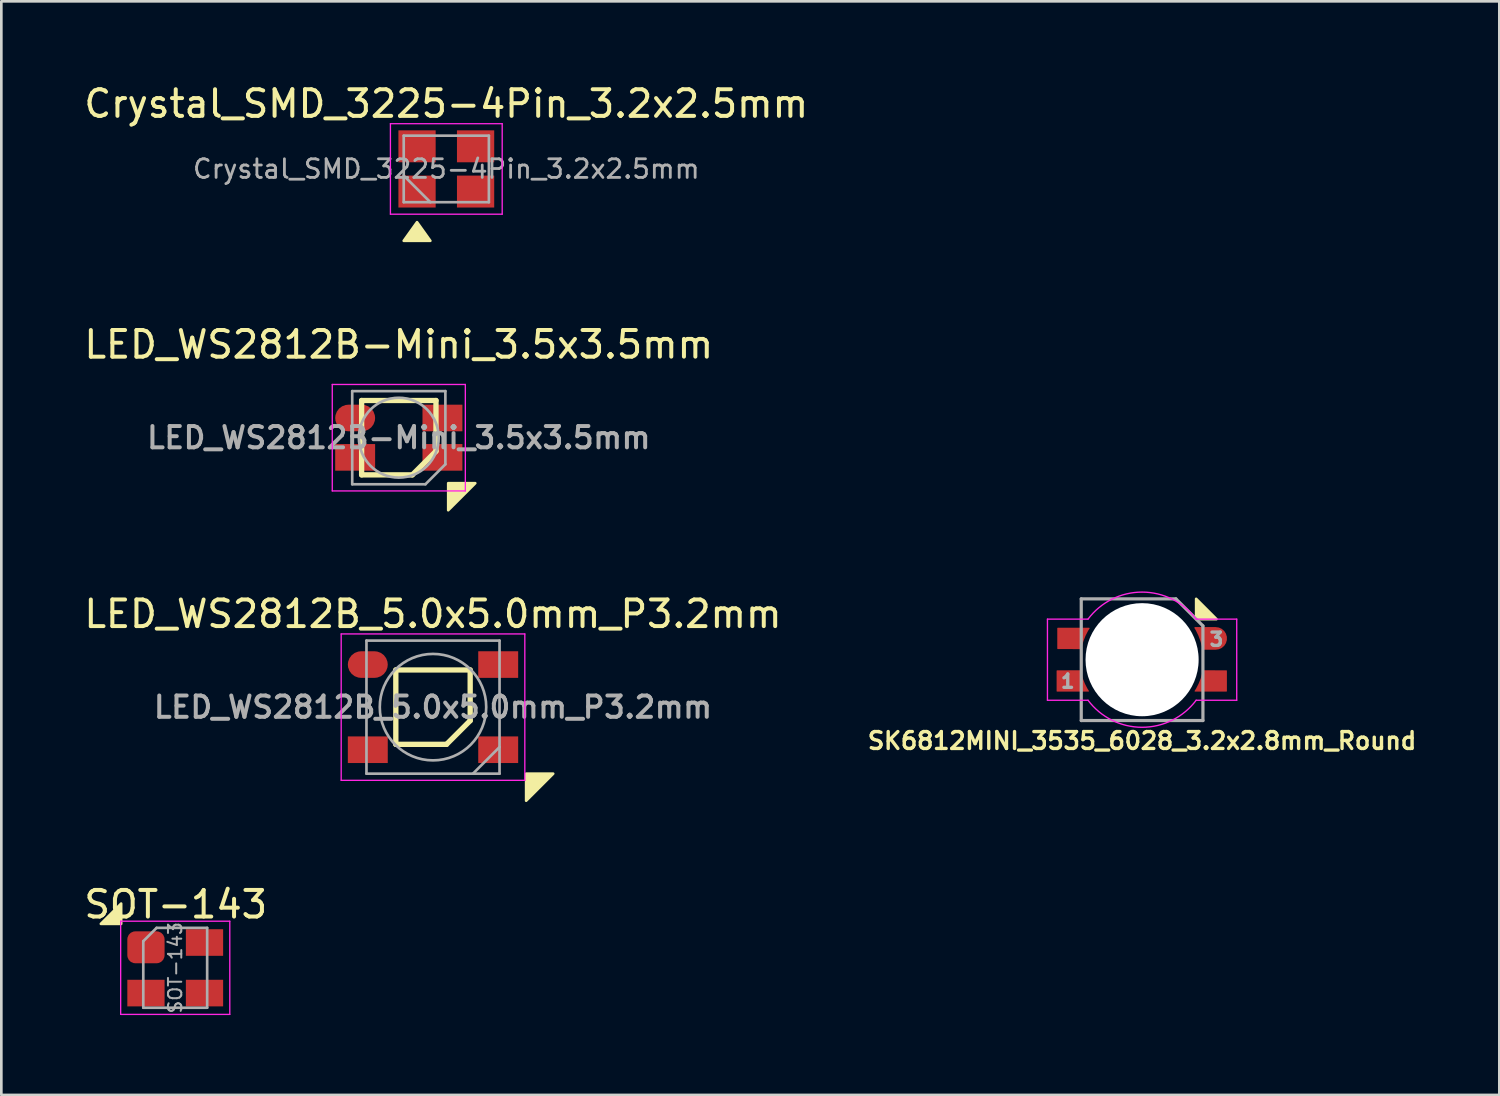
<source format=kicad_pcb>
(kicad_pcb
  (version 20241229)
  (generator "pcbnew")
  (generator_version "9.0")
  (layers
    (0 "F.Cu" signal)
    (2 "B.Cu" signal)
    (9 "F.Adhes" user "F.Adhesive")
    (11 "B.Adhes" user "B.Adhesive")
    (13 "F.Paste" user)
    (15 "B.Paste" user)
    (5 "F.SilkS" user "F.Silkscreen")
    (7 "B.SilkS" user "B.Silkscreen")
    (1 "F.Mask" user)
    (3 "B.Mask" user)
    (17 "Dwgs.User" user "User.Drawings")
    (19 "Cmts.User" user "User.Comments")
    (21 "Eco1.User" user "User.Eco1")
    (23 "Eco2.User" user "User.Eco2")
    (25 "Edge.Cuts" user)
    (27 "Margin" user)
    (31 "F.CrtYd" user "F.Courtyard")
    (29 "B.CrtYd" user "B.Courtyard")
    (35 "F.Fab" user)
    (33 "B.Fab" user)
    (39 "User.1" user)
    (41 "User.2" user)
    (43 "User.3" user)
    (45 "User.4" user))
  (footprint "SK6812MINI_3535_6028_3.2x2.8mm_Round"
    (layer "F.Cu")
    (at 39.864 21.738)
    (property "Reference" "SK6812MINI_3535_6028_3.2x2.8mm_Round" (at 0 3.048 180) (layer "F.SilkS") (effects (font (size 0.635 0.635) (thickness 0.127))))
    (attr smd)
    (fp_poly (pts (xy 2.794 -1.524) (xy 2.032 -1.524) (xy 2.032 -2.286)) (stroke (width 0.1) (type solid)) (fill yes) (layer "F.SilkS"))
    (fp_line (start -3.556 -1.524) (end -3.556 1.524) (stroke (width 0.051) (type solid)) (layer "F.CrtYd"))
    (fp_line (start -3.556 1.524) (end -2.032 1.524) (stroke (width 0.051) (type solid)) (layer "F.CrtYd"))
    (fp_line (start -2.032 -1.524) (end -3.556 -1.524) (stroke (width 0.051) (type solid)) (layer "F.CrtYd"))
    (fp_line (start 2.032 1.524) (end 3.556 1.524) (stroke (width 0.051) (type solid)) (layer "F.CrtYd"))
    (fp_line (start 3.556 -1.524) (end 2.032 -1.524) (stroke (width 0.051) (type solid)) (layer "F.CrtYd"))
    (fp_line (start 3.556 1.524) (end 3.556 -1.524) (stroke (width 0.051) (type solid)) (layer "F.CrtYd"))
    (fp_arc (start -2.033058 -1.522587) (mid -0.000883 -2.539999) (end 2.031999 -1.524) (stroke (width 0.0508) (type solid)) (layer "F.CrtYd"))
    (fp_arc (start 2.033058 1.522588) (mid 0.000882 2.54) (end -2.032 1.524) (stroke (width 0.0508) (type solid)) (layer "F.CrtYd"))
    (fp_line (start -2.286 -2.286) (end 1.27 -2.286) (stroke (width 0.12) (type solid)) (layer "F.Fab"))
    (fp_line (start -2.286 2.286) (end -2.286 -2.286) (stroke (width 0.12) (type solid)) (layer "F.Fab"))
    (fp_line (start 1.27 -2.286) (end 2.286 -1.27) (stroke (width 0.12) (type solid)) (layer "F.Fab"))
    (fp_line (start 2.286 -1.27) (end 2.286 2.286) (stroke (width 0.12) (type solid)) (layer "F.Fab"))
    (fp_line (start 2.286 2.286) (end -2.286 2.286) (stroke (width 0.12) (type solid)) (layer "F.Fab"))
    (fp_text user "3" (at 2.794 -0.762 180) (layer "F.Fab") (effects (font (size 0.5 0.5) (thickness 0.125))))
    (fp_text user "1" (at -2.794 0.813 180) (layer "F.Fab") (effects (font (size 0.5 0.5) (thickness 0.125))))
    (pad "" np_thru_hole circle (at 0 0 180) (size 4.25 4.25) (drill 4.25) (layers "*.Cu" "*.Mask"))
    (pad "1" smd custom (at -2.667 0.8 180) (size 0.5 0.5) (layers "F.Cu" "F.Mask" "F.Paste") (options (anchor circle)) (primitives (gr_arc (start -0.65 -0.38) (mid -0.461984 -0.014048) (end -0.346215 0.380753) (width 0.04)) (gr_line (start 0.525 0.38) (end -0.346 0.383) (width 0.04)) (gr_line (start 0.525 0.38) (end 0.525 -0.38) (width 0.04)) (gr_poly (pts (xy -0.325 0.375) (xy 0.525 0.375) (xy 0.525 -0.375) (xy -0.625 -0.375) (xy -0.425 0.025)) (width 0.04) (fill yes)) (gr_line (start 0.525 -0.38) (end -0.65 -0.38) (width 0.04))))
    (pad "2" smd custom (at -2.642 -0.8 180) (size 0.5 0.5) (layers "F.Cu" "F.Mask" "F.Paste") (options (anchor circle)) (primitives (gr_arc (start -0.346215 -0.380753) (mid -0.461984 0.014048) (end -0.65 0.38) (width 0.04)) (gr_line (start 0.525 -0.38) (end -0.346 -0.383) (width 0.04)) (gr_line (start 0.525 -0.38) (end 0.525 0.38) (width 0.04)) (gr_poly (pts (xy -0.325 -0.375) (xy 0.525 -0.375) (xy 0.525 0.375) (xy -0.625 0.375) (xy -0.425 -0.025)) (width 0.04) (fill yes)) (gr_line (start 0.525 0.38) (end -0.65 0.38) (width 0.04))))
    (pad "3" smd custom (at 2.565 -0.8) (size 0.5 0.5) (layers "F.Cu" "F.Mask" "F.Paste") (options (anchor circle)) (primitives (gr_poly (pts (xy -0.55 -0.4) (xy -0.45 -0.2) (xy -0.35 0.025) (xy -0.3 0.25) (xy -0.25 0.4) (xy 0.175 0.4) (xy 0.175 -0.4)) (width 0.04) (fill yes)) (gr_line (start -0.575 -0.4) (end 0.2 -0.4) (width 0.05)) (gr_arc (start -0.575704 -0.399073) (mid -0.388113 -0.01355) (end -0.275001 0.4) (width 0.05)) (gr_arc (start 0.2 -0.4) (mid 0.6 0) (end 0.2 0.4) (width 0.05)) (gr_circle (center 0.2 0) (end 0.4 0) (width 0.4) (fill no)) (gr_line (start -0.275 0.4) (end 0.2 0.4) (width 0.05))))
    (pad "4" smd custom (at 2.642 0.8) (size 0.5 0.5) (layers "F.Cu" "F.Mask" "F.Paste") (options (anchor circle)) (primitives (gr_arc (start -0.346215 -0.380753) (mid -0.461984 0.014048) (end -0.65 0.38) (width 0.04)) (gr_line (start 0.525 -0.38) (end -0.346 -0.383) (width 0.04)) (gr_line (start 0.525 -0.38) (end 0.525 0.38) (width 0.04)) (gr_poly (pts (xy -0.325 -0.375) (xy 0.525 -0.375) (xy 0.525 0.375) (xy -0.625 0.375) (xy -0.425 -0.025)) (width 0.04) (fill yes)) (gr_line (start 0.525 0.38) (end -0.65 0.38) (width 0.04)))))
  (footprint "LED_WS2812B-Mini_3.5x3.5mm"
    (layer "F.Cu")
    (at 11.935 13.396)
    (property "Reference" "LED_WS2812B-Mini_3.5x3.5mm" (at 0 -3.5 0) (layer "F.SilkS") (effects (font (size 1 1) (thickness 0.15))))
    (attr smd)
    (fp_line (start -1.397 -1.397) (end 1.397 -1.397) (stroke (width 0.2) (type solid)) (layer "F.SilkS"))
    (fp_line (start -1.397 1.397) (end -1.397 -1.397) (stroke (width 0.2) (type solid)) (layer "F.SilkS"))
    (fp_line (start 0.508 1.397) (end -1.397 1.397) (stroke (width 0.2) (type solid)) (layer "F.SilkS"))
    (fp_line (start 0.508 1.397) (end 1.397 0.508) (stroke (width 0.2) (type solid)) (layer "F.SilkS"))
    (fp_line (start 1.397 -1.397) (end 1.397 0.508) (stroke (width 0.2) (type solid)) (layer "F.SilkS"))
    (fp_poly (pts (xy 2.873 1.71) (xy 1.857 1.71) (xy 1.857 2.726)) (stroke (width 0.1) (type solid)) (fill yes) (layer "F.SilkS"))
    (fp_line (start -2.5 -2) (end -2.5 2) (stroke (width 0.05) (type solid)) (layer "F.CrtYd"))
    (fp_line (start -2.5 2) (end 2.5 2) (stroke (width 0.05) (type solid)) (layer "F.CrtYd"))
    (fp_line (start 2.5 -2) (end -2.5 -2) (stroke (width 0.05) (type solid)) (layer "F.CrtYd"))
    (fp_line (start 2.5 2) (end 2.5 -2) (stroke (width 0.05) (type solid)) (layer "F.CrtYd"))
    (fp_line (start -1.75 -1.75) (end -1.75 1.75) (stroke (width 0.1) (type solid)) (layer "F.Fab"))
    (fp_line (start -1.75 1.75) (end 1 1.75) (stroke (width 0.1) (type solid)) (layer "F.Fab"))
    (fp_line (start 1.75 -1.75) (end -1.75 -1.75) (stroke (width 0.1) (type solid)) (layer "F.Fab"))
    (fp_line (start 1.75 1) (end 1 1.75) (stroke (width 0.1) (type solid)) (layer "F.Fab"))
    (fp_line (start 1.75 1) (end 1.75 -1.75) (stroke (width 0.1) (type solid)) (layer "F.Fab"))
    (fp_circle (center 0 0) (end 0 -1.5) (stroke (width 0.1) (type solid)) (fill no) (layer "F.Fab"))
    (fp_text user "${REFERENCE}" (at 0 0 0) (layer "F.Fab") (effects (font (size 0.8 0.8) (thickness 0.15))))
    (pad "1" smd roundrect (at -1.64 -0.74) (size 1.5 1) (layers "F.Cu" "F.Mask" "F.Paste") (roundrect_rratio 0.5))
    (pad "2" smd trapezoid (at -1.64 0.74) (size 1.5 1) (layers "F.Cu" "F.Mask" "F.Paste"))
    (pad "3" smd trapezoid (at 1.64 0.74) (size 1.5 1) (layers "F.Cu" "F.Mask" "F.Paste"))
    (pad "4" smd trapezoid (at 1.64 -0.74) (size 1.5 1) (layers "F.Cu" "F.Mask" "F.Paste")))
  (footprint "SOT-143"
    (layer "F.Cu")
    (at 3.534 33.315)
    (property "Reference" "SOT-143" (at 0.02 -2.38 0) (layer "F.SilkS") (effects (font (size 1 1) (thickness 0.15))))
    (attr smd)
    (fp_poly (pts (xy -2.032 -1.651) (xy -2.794 -1.651) (xy -2.032 -2.413)) (stroke (width 0.1) (type solid)) (fill yes) (layer "F.SilkS"))
    (fp_line (start -2.05 1.75) (end -2.05 -1.75) (stroke (width 0.05) (type solid)) (layer "F.CrtYd"))
    (fp_line (start -2.05 1.75) (end 2.05 1.75) (stroke (width 0.05) (type solid)) (layer "F.CrtYd"))
    (fp_line (start 2.05 -1.75) (end -2.05 -1.75) (stroke (width 0.05) (type solid)) (layer "F.CrtYd"))
    (fp_line (start 2.05 -1.75) (end 2.05 1.75) (stroke (width 0.05) (type solid)) (layer "F.CrtYd"))
    (fp_line (start -1.2 -1) (end -0.7 -1.5) (stroke (width 0.1) (type solid)) (layer "F.Fab"))
    (fp_line (start -1.2 1.5) (end -1.2 -1) (stroke (width 0.1) (type solid)) (layer "F.Fab"))
    (fp_line (start -0.7 -1.5) (end 1.2 -1.5) (stroke (width 0.1) (type solid)) (layer "F.Fab"))
    (fp_line (start 1.2 -1.5) (end 1.2 1.5) (stroke (width 0.1) (type solid)) (layer "F.Fab"))
    (fp_line (start 1.2 1.5) (end -1.2 1.5) (stroke (width 0.1) (type solid)) (layer "F.Fab"))
    (fp_text user "${REFERENCE}" (at 0 0 90) (layer "F.Fab") (effects (font (size 0.5 0.5) (thickness 0.075))))
    (pad "1" smd roundrect (at -1.1 -0.77 270) (size 1.2 1.4) (layers "F.Cu" "F.Mask" "F.Paste") (roundrect_rratio 0.25))
    (pad "2" smd rect (at -1.1 0.95 270) (size 1 1.4) (layers "F.Cu" "F.Mask" "F.Paste"))
    (pad "3" smd rect (at 1.1 0.95 270) (size 1 1.4) (layers "F.Cu" "F.Mask" "F.Paste"))
    (pad "4" smd rect (at 1.1 -0.95 270) (size 1 1.4) (layers "F.Cu" "F.Mask" "F.Paste")))
  (footprint "Crystal_SMD_3225-4Pin_3.2x2.5mm"
    (layer "F.Cu")
    (at 13.72 3.298)
    (property "Reference" "Crystal_SMD_3225-4Pin_3.2x2.5mm" (at 0 -2.45 0) (layer "F.SilkS") (effects (font (size 1 1) (thickness 0.15))))
    (attr smd)
    (fp_poly (pts (xy -0.6 2.7) (xy -1.6 2.7) (xy -1.1 2)) (stroke (width 0.1) (type solid)) (fill yes) (layer "F.SilkS"))
    (fp_line (start -2.1 -1.7) (end -2.1 1.7) (stroke (width 0.05) (type solid)) (layer "F.CrtYd"))
    (fp_line (start -2.1 1.7) (end 2.1 1.7) (stroke (width 0.05) (type solid)) (layer "F.CrtYd"))
    (fp_line (start 2.1 -1.7) (end -2.1 -1.7) (stroke (width 0.05) (type solid)) (layer "F.CrtYd"))
    (fp_line (start 2.1 1.7) (end 2.1 -1.7) (stroke (width 0.05) (type solid)) (layer "F.CrtYd"))
    (fp_line (start -1.6 -1.25) (end -1.6 1.25) (stroke (width 0.1) (type solid)) (layer "F.Fab"))
    (fp_line (start -1.6 0.25) (end -0.6 1.25) (stroke (width 0.1) (type solid)) (layer "F.Fab"))
    (fp_line (start -1.6 1.25) (end 1.6 1.25) (stroke (width 0.1) (type solid)) (layer "F.Fab"))
    (fp_line (start 1.6 -1.25) (end -1.6 -1.25) (stroke (width 0.1) (type solid)) (layer "F.Fab"))
    (fp_line (start 1.6 1.25) (end 1.6 -1.25) (stroke (width 0.1) (type solid)) (layer "F.Fab"))
    (fp_text user "${REFERENCE}" (at 0 0 0) (layer "F.Fab") (effects (font (size 0.7 0.7) (thickness 0.105))))
    (pad "1" smd rect (at -1.1 0.85) (size 1.4 1.2) (layers "F.Cu" "F.Mask" "F.Paste"))
    (pad "2" smd rect (at 1.1 0.85) (size 1.4 1.2) (layers "F.Cu" "F.Mask" "F.Paste"))
    (pad "3" smd rect (at 1.1 -0.85) (size 1.4 1.2) (layers "F.Cu" "F.Mask" "F.Paste"))
    (pad "4" smd rect (at -1.1 -0.85) (size 1.4 1.2) (layers "F.Cu" "F.Mask" "F.Paste")))
  (footprint "LED_WS2812B_5.0x5.0mm_P3.2mm"
    (layer "F.Cu")
    (at 13.22 23.521)
    (property "Reference" "LED_WS2812B_5.0x5.0mm_P3.2mm" (at 0 -3.5 0) (layer "F.SilkS") (effects (font (size 1 1) (thickness 0.15))))
    (attr smd)
    (fp_line (start -1.397 -1.397) (end 1.397 -1.397) (stroke (width 0.2) (type solid)) (layer "F.SilkS"))
    (fp_line (start -1.397 1.397) (end -1.397 -1.397) (stroke (width 0.2) (type solid)) (layer "F.SilkS"))
    (fp_line (start 0.508 1.397) (end -1.397 1.397) (stroke (width 0.2) (type solid)) (layer "F.SilkS"))
    (fp_line (start 0.508 1.397) (end 1.397 0.508) (stroke (width 0.2) (type solid)) (layer "F.SilkS"))
    (fp_line (start 1.397 -1.397) (end 1.397 0.508) (stroke (width 0.2) (type solid)) (layer "F.SilkS"))
    (fp_poly (pts (xy 4.516 2.5) (xy 3.5 2.5) (xy 3.5 3.516)) (stroke (width 0.1) (type solid)) (fill yes) (layer "F.SilkS"))
    (fp_line (start -3.45 -2.75) (end -3.45 2.75) (stroke (width 0.05) (type solid)) (layer "F.CrtYd"))
    (fp_line (start -3.45 2.75) (end 3.45 2.75) (stroke (width 0.05) (type solid)) (layer "F.CrtYd"))
    (fp_line (start 3.45 -2.75) (end -3.45 -2.75) (stroke (width 0.05) (type solid)) (layer "F.CrtYd"))
    (fp_line (start 3.45 2.75) (end 3.45 -2.75) (stroke (width 0.05) (type solid)) (layer "F.CrtYd"))
    (fp_line (start -2.5 -2.5) (end -2.5 2.5) (stroke (width 0.1) (type solid)) (layer "F.Fab"))
    (fp_line (start -2.5 2.5) (end 2.5 2.5) (stroke (width 0.1) (type solid)) (layer "F.Fab"))
    (fp_line (start 2.5 -2.5) (end -2.5 -2.5) (stroke (width 0.1) (type solid)) (layer "F.Fab"))
    (fp_line (start 2.5 1.5) (end 1.5 2.5) (stroke (width 0.1) (type solid)) (layer "F.Fab"))
    (fp_line (start 2.5 2.5) (end 2.5 -2.5) (stroke (width 0.1) (type solid)) (layer "F.Fab"))
    (fp_circle (center 0 0) (end 0 -2) (stroke (width 0.1) (type solid)) (fill no) (layer "F.Fab"))
    (fp_text user "${REFERENCE}" (at 0 0 0) (layer "F.Fab") (effects (font (size 0.8 0.8) (thickness 0.15))))
    (pad "1" smd roundrect (at -2.45 -1.6) (size 1.5 1) (layers "F.Cu" "F.Mask" "F.Paste") (roundrect_rratio 0.5))
    (pad "2" smd trapezoid (at -2.45 1.6) (size 1.5 1) (layers "F.Cu" "F.Mask" "F.Paste"))
    (pad "3" smd trapezoid (at 2.45 1.6) (size 1.5 1) (layers "F.Cu" "F.Mask" "F.Paste"))
    (pad "4" smd trapezoid (at 2.45 -1.6) (size 1.5 1) (layers "F.Cu" "F.Mask" "F.Paste")))
  (gr_rect
    (start -3 -3)
    (end 53.287 38.092)
    (stroke (width 0.1) (type default))
    (fill no)
    (layer "Edge.Cuts")))
</source>
